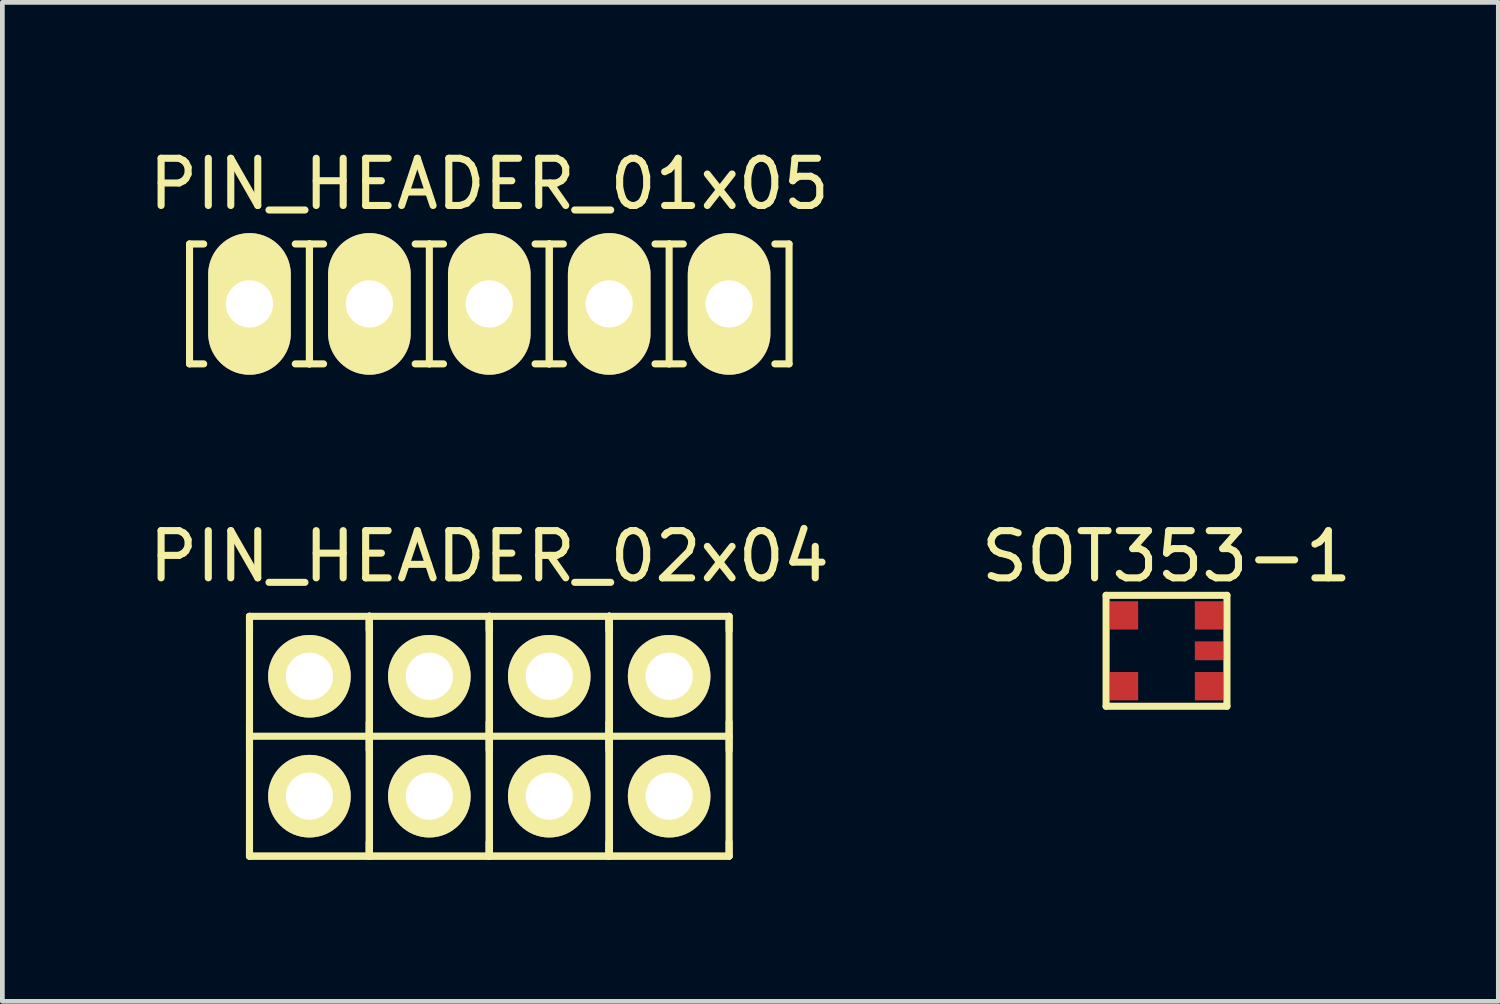
<source format=kicad_pcb>
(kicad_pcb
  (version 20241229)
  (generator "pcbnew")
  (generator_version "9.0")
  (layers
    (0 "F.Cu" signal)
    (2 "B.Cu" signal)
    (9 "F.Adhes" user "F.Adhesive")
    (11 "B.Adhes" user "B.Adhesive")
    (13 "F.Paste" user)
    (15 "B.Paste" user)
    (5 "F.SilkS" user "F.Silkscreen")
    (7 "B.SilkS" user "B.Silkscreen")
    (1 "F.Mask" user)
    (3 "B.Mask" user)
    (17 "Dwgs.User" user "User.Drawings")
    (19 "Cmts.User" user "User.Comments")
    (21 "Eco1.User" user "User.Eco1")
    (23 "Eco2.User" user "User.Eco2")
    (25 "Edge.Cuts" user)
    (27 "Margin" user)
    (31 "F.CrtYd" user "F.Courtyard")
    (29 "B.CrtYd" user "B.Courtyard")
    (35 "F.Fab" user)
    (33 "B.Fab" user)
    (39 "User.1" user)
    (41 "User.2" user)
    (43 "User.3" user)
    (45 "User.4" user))
  (footprint "PIN_HEADER_01x05"
    (layer "F.Cu")
    (at 7.315 3.388)
    (property "Reference" "PIN_HEADER_01x05" (at 0 -2.54 0) (layer "F.SilkS") (effects (font (size 1 1) (thickness 0.15))))
    (attr through_hole)
    (fp_line (start -6.35 -1.27) (end -6.35 1.27) (stroke (width 0.15) (type solid)) (layer "F.SilkS"))
    (fp_line (start -6.35 -1.27) (end -6.05 -1.27) (stroke (width 0.15) (type solid)) (layer "F.SilkS"))
    (fp_line (start -6.35 1.27) (end -6.05 1.27) (stroke (width 0.15) (type solid)) (layer "F.SilkS"))
    (fp_line (start -3.81 -1.27) (end -4.11 -1.27) (stroke (width 0.15) (type solid)) (layer "F.SilkS"))
    (fp_line (start -3.81 -1.27) (end -3.81 1.27) (stroke (width 0.15) (type solid)) (layer "F.SilkS"))
    (fp_line (start -3.81 -1.27) (end -3.51 -1.27) (stroke (width 0.15) (type solid)) (layer "F.SilkS"))
    (fp_line (start -3.81 1.27) (end -4.11 1.27) (stroke (width 0.15) (type solid)) (layer "F.SilkS"))
    (fp_line (start -3.81 1.27) (end -3.81 -1.27) (stroke (width 0.15) (type solid)) (layer "F.SilkS"))
    (fp_line (start -3.81 1.27) (end -3.51 1.27) (stroke (width 0.15) (type solid)) (layer "F.SilkS"))
    (fp_line (start -1.27 -1.27) (end -1.57 -1.27) (stroke (width 0.15) (type solid)) (layer "F.SilkS"))
    (fp_line (start -1.27 -1.27) (end -0.97 -1.27) (stroke (width 0.15) (type solid)) (layer "F.SilkS"))
    (fp_line (start -1.27 1.27) (end -1.57 1.27) (stroke (width 0.15) (type solid)) (layer "F.SilkS"))
    (fp_line (start -1.27 1.27) (end -1.27 -1.27) (stroke (width 0.15) (type solid)) (layer "F.SilkS"))
    (fp_line (start -1.27 1.27) (end -0.97 1.27) (stroke (width 0.15) (type solid)) (layer "F.SilkS"))
    (fp_line (start 1.27 -1.27) (end 0.97 -1.27) (stroke (width 0.15) (type solid)) (layer "F.SilkS"))
    (fp_line (start 1.27 -1.27) (end 1.27 1.27) (stroke (width 0.15) (type solid)) (layer "F.SilkS"))
    (fp_line (start 1.27 -1.27) (end 1.57 -1.27) (stroke (width 0.15) (type solid)) (layer "F.SilkS"))
    (fp_line (start 1.27 1.27) (end 0.97 1.27) (stroke (width 0.15) (type solid)) (layer "F.SilkS"))
    (fp_line (start 1.27 1.27) (end 1.27 -1.27) (stroke (width 0.15) (type solid)) (layer "F.SilkS"))
    (fp_line (start 1.27 1.27) (end 1.57 1.27) (stroke (width 0.15) (type solid)) (layer "F.SilkS"))
    (fp_line (start 3.81 -1.27) (end 3.51 -1.27) (stroke (width 0.15) (type solid)) (layer "F.SilkS"))
    (fp_line (start 3.81 -1.27) (end 4.11 -1.27) (stroke (width 0.15) (type solid)) (layer "F.SilkS"))
    (fp_line (start 3.81 1.27) (end 3.51 1.27) (stroke (width 0.15) (type solid)) (layer "F.SilkS"))
    (fp_line (start 3.81 1.27) (end 3.81 -1.27) (stroke (width 0.15) (type solid)) (layer "F.SilkS"))
    (fp_line (start 3.81 1.27) (end 4.11 1.27) (stroke (width 0.15) (type solid)) (layer "F.SilkS"))
    (fp_line (start 6.35 -1.27) (end 6.05 -1.27) (stroke (width 0.15) (type solid)) (layer "F.SilkS"))
    (fp_line (start 6.35 1.27) (end 6.05 1.27) (stroke (width 0.15) (type solid)) (layer "F.SilkS"))
    (fp_line (start 6.35 1.27) (end 6.35 -1.27) (stroke (width 0.15) (type solid)) (layer "F.SilkS"))
    (pad "1" thru_hole oval (at -5.08 0) (size 1.75 3) (drill 1) (layers "*.Cu" "*.Mask" "F.SilkS"))
    (pad "2" thru_hole oval (at -2.54 0) (size 1.75 3) (drill 1) (layers "*.Cu" "*.Mask" "F.SilkS"))
    (pad "3" thru_hole oval (at 0 0) (size 1.75 3) (drill 1) (layers "*.Cu" "*.Mask" "F.SilkS"))
    (pad "4" thru_hole oval (at 2.54 0) (size 1.75 3) (drill 1) (layers "*.Cu" "*.Mask" "F.SilkS"))
    (pad "5" thru_hole oval (at 5.08 0) (size 1.75 3) (drill 1) (layers "*.Cu" "*.Mask" "F.SilkS")))
  (footprint "SOT353-1"
    (layer "F.Cu")
    (at 21.661 10.736)
    (property "Reference" "SOT353-1" (at 0 -2 0) (layer "F.SilkS") (effects (font (size 1 1) (thickness 0.15))))
    (attr through_hole)
    (fp_line (start -1.28 -1.175) (end 1.28 -1.175) (stroke (width 0.15) (type solid)) (layer "F.SilkS"))
    (fp_line (start -1.28 1.175) (end -1.28 -1.175) (stroke (width 0.15) (type solid)) (layer "F.SilkS"))
    (fp_line (start -1.28 1.175) (end 1.28 1.175) (stroke (width 0.15) (type solid)) (layer "F.SilkS"))
    (fp_line (start 1.28 1.175) (end 1.28 -1.175) (stroke (width 0.15) (type solid)) (layer "F.SilkS"))
    (pad "1" smd rect (at 0.9 -0.75) (size 0.6 0.6) (layers "F.Cu" "F.Mask" "F.Paste"))
    (pad "2" smd rect (at -0.9 -0.75) (size 0.6 0.6) (layers "F.Cu" "F.Mask" "F.Paste"))
    (pad "3" smd rect (at -0.9 0.75) (size 0.6 0.6) (layers "F.Cu" "F.Mask" "F.Paste"))
    (pad "4" smd rect (at 0.9 0.75) (size 0.6 0.6) (layers "F.Cu" "F.Mask" "F.Paste"))
    (pad "5" smd rect (at 0.9 0) (size 0.6 0.4) (layers "F.Cu" "F.Mask" "F.Paste")))
  (footprint "PIN_HEADER_02x04"
    (layer "F.Cu")
    (at 7.315 12.546)
    (property "Reference" "PIN_HEADER_02x04" (at 0 -3.81 180) (layer "F.SilkS") (effects (font (size 1 1) (thickness 0.15))))
    (attr through_hole)
    (fp_line (start -5.08 -2.54) (end -5.08 -2.24) (stroke (width 0.15) (type solid)) (layer "F.SilkS"))
    (fp_line (start -5.08 -2.54) (end -5.08 2.54) (stroke (width 0.15) (type solid)) (layer "F.SilkS"))
    (fp_line (start -5.08 0) (end -5.08 -0.3) (stroke (width 0.15) (type solid)) (layer "F.SilkS"))
    (fp_line (start -5.08 0) (end -5.08 0.3) (stroke (width 0.15) (type solid)) (layer "F.SilkS"))
    (fp_line (start -5.08 2.54) (end -5.08 2.24) (stroke (width 0.15) (type solid)) (layer "F.SilkS"))
    (fp_line (start -5.08 2.54) (end -2.54 2.54) (stroke (width 0.15) (type solid)) (layer "F.SilkS"))
    (fp_line (start -5.08 2.54) (end -2.54 2.54) (stroke (width 0.15) (type solid)) (layer "F.SilkS"))
    (fp_line (start -2.54 -2.54) (end -5.08 -2.54) (stroke (width 0.15) (type solid)) (layer "F.SilkS"))
    (fp_line (start -2.54 -2.54) (end -2.54 -2.24) (stroke (width 0.15) (type solid)) (layer "F.SilkS"))
    (fp_line (start -2.54 -2.54) (end -2.54 -2.24) (stroke (width 0.15) (type solid)) (layer "F.SilkS"))
    (fp_line (start -2.54 -2.54) (end -2.54 -2.24) (stroke (width 0.15) (type solid)) (layer "F.SilkS"))
    (fp_line (start -2.54 -2.54) (end -2.54 2.54) (stroke (width 0.15) (type solid)) (layer "F.SilkS"))
    (fp_line (start -2.54 -2.54) (end -2.54 2.54) (stroke (width 0.15) (type solid)) (layer "F.SilkS"))
    (fp_line (start -2.54 0) (end -5.08 0) (stroke (width 0.15) (type solid)) (layer "F.SilkS"))
    (fp_line (start -2.54 0) (end -2.54 -0.3) (stroke (width 0.15) (type solid)) (layer "F.SilkS"))
    (fp_line (start -2.54 0) (end -2.54 -0.3) (stroke (width 0.15) (type solid)) (layer "F.SilkS"))
    (fp_line (start -2.54 0) (end -2.54 -0.3) (stroke (width 0.15) (type solid)) (layer "F.SilkS"))
    (fp_line (start -2.54 0) (end -2.54 0.3) (stroke (width 0.15) (type solid)) (layer "F.SilkS"))
    (fp_line (start -2.54 0) (end -2.54 0.3) (stroke (width 0.15) (type solid)) (layer "F.SilkS"))
    (fp_line (start -2.54 0) (end -2.54 0.3) (stroke (width 0.15) (type solid)) (layer "F.SilkS"))
    (fp_line (start -2.54 2.54) (end -2.54 -2.54) (stroke (width 0.15) (type solid)) (layer "F.SilkS"))
    (fp_line (start -2.54 2.54) (end -2.54 2.24) (stroke (width 0.15) (type solid)) (layer "F.SilkS"))
    (fp_line (start -2.54 2.54) (end -2.54 2.24) (stroke (width 0.15) (type solid)) (layer "F.SilkS"))
    (fp_line (start -2.54 2.54) (end -2.54 2.24) (stroke (width 0.15) (type solid)) (layer "F.SilkS"))
    (fp_line (start -2.54 2.54) (end 0 2.54) (stroke (width 0.15) (type solid)) (layer "F.SilkS"))
    (fp_line (start -2.54 2.54) (end 0 2.54) (stroke (width 0.15) (type solid)) (layer "F.SilkS"))
    (fp_line (start 0 -2.54) (end -2.54 -2.54) (stroke (width 0.15) (type solid)) (layer "F.SilkS"))
    (fp_line (start 0 -2.54) (end 0 -2.24) (stroke (width 0.15) (type solid)) (layer "F.SilkS"))
    (fp_line (start 0 -2.54) (end 0 -2.24) (stroke (width 0.15) (type solid)) (layer "F.SilkS"))
    (fp_line (start 0 -2.54) (end 0 2.54) (stroke (width 0.15) (type solid)) (layer "F.SilkS"))
    (fp_line (start 0 0) (end -2.54 0) (stroke (width 0.15) (type solid)) (layer "F.SilkS"))
    (fp_line (start 0 0) (end 0 -0.3) (stroke (width 0.15) (type solid)) (layer "F.SilkS"))
    (fp_line (start 0 0) (end 0 -0.3) (stroke (width 0.15) (type solid)) (layer "F.SilkS"))
    (fp_line (start 0 0) (end 0 0.3) (stroke (width 0.15) (type solid)) (layer "F.SilkS"))
    (fp_line (start 0 0) (end 0 0.3) (stroke (width 0.15) (type solid)) (layer "F.SilkS"))
    (fp_line (start 0 2.54) (end 0 -2.54) (stroke (width 0.15) (type solid)) (layer "F.SilkS"))
    (fp_line (start 0 2.54) (end 0 2.24) (stroke (width 0.15) (type solid)) (layer "F.SilkS"))
    (fp_line (start 0 2.54) (end 0 2.24) (stroke (width 0.15) (type solid)) (layer "F.SilkS"))
    (fp_line (start 0 2.54) (end 2.54 2.54) (stroke (width 0.15) (type solid)) (layer "F.SilkS"))
    (fp_line (start 0 2.54) (end 2.54 2.54) (stroke (width 0.15) (type solid)) (layer "F.SilkS"))
    (fp_line (start 2.54 -2.54) (end 0 -2.54) (stroke (width 0.15) (type solid)) (layer "F.SilkS"))
    (fp_line (start 2.54 -2.54) (end 2.54 -2.24) (stroke (width 0.15) (type solid)) (layer "F.SilkS"))
    (fp_line (start 2.54 -2.54) (end 2.54 -2.24) (stroke (width 0.15) (type solid)) (layer "F.SilkS"))
    (fp_line (start 2.54 -2.54) (end 2.54 -2.24) (stroke (width 0.15) (type solid)) (layer "F.SilkS"))
    (fp_line (start 2.54 -2.54) (end 2.54 2.54) (stroke (width 0.15) (type solid)) (layer "F.SilkS"))
    (fp_line (start 2.54 0) (end 0 0) (stroke (width 0.15) (type solid)) (layer "F.SilkS"))
    (fp_line (start 2.54 0) (end 2.54 -0.3) (stroke (width 0.15) (type solid)) (layer "F.SilkS"))
    (fp_line (start 2.54 0) (end 2.54 -0.3) (stroke (width 0.15) (type solid)) (layer "F.SilkS"))
    (fp_line (start 2.54 0) (end 2.54 -0.3) (stroke (width 0.15) (type solid)) (layer "F.SilkS"))
    (fp_line (start 2.54 0) (end 2.54 0.3) (stroke (width 0.15) (type solid)) (layer "F.SilkS"))
    (fp_line (start 2.54 0) (end 2.54 0.3) (stroke (width 0.15) (type solid)) (layer "F.SilkS"))
    (fp_line (start 2.54 0) (end 2.54 0.3) (stroke (width 0.15) (type solid)) (layer "F.SilkS"))
    (fp_line (start 2.54 2.54) (end 2.54 -2.54) (stroke (width 0.15) (type solid)) (layer "F.SilkS"))
    (fp_line (start 2.54 2.54) (end 2.54 -2.54) (stroke (width 0.15) (type solid)) (layer "F.SilkS"))
    (fp_line (start 2.54 2.54) (end 2.54 2.24) (stroke (width 0.15) (type solid)) (layer "F.SilkS"))
    (fp_line (start 2.54 2.54) (end 2.54 2.24) (stroke (width 0.15) (type solid)) (layer "F.SilkS"))
    (fp_line (start 2.54 2.54) (end 2.54 2.24) (stroke (width 0.15) (type solid)) (layer "F.SilkS"))
    (fp_line (start 2.54 2.54) (end 5.08 2.54) (stroke (width 0.15) (type solid)) (layer "F.SilkS"))
    (fp_line (start 2.54 2.54) (end 5.08 2.54) (stroke (width 0.15) (type solid)) (layer "F.SilkS"))
    (fp_line (start 5.08 -2.54) (end 2.54 -2.54) (stroke (width 0.15) (type solid)) (layer "F.SilkS"))
    (fp_line (start 5.08 -2.54) (end 5.08 -2.24) (stroke (width 0.15) (type solid)) (layer "F.SilkS"))
    (fp_line (start 5.08 0) (end 2.54 0) (stroke (width 0.15) (type solid)) (layer "F.SilkS"))
    (fp_line (start 5.08 0) (end 5.08 -0.3) (stroke (width 0.15) (type solid)) (layer "F.SilkS"))
    (fp_line (start 5.08 0) (end 5.08 0.3) (stroke (width 0.15) (type solid)) (layer "F.SilkS"))
    (fp_line (start 5.08 2.54) (end 5.08 -2.54) (stroke (width 0.15) (type solid)) (layer "F.SilkS"))
    (fp_line (start 5.08 2.54) (end 5.08 2.24) (stroke (width 0.15) (type solid)) (layer "F.SilkS"))
    (pad "1" thru_hole circle (at -3.81 1.27 90) (size 1.75 1.75) (drill 1) (layers "*.Cu" "*.Mask" "F.SilkS"))
    (pad "2" thru_hole circle (at -3.81 -1.27 90) (size 1.75 1.75) (drill 1) (layers "*.Cu" "*.Mask" "F.SilkS"))
    (pad "3" thru_hole circle (at -1.27 1.27 90) (size 1.75 1.75) (drill 1) (layers "*.Cu" "*.Mask" "F.SilkS"))
    (pad "4" thru_hole circle (at -1.27 -1.27 90) (size 1.75 1.75) (drill 1) (layers "*.Cu" "*.Mask" "F.SilkS"))
    (pad "5" thru_hole circle (at 1.27 1.27 90) (size 1.75 1.75) (drill 1) (layers "*.Cu" "*.Mask" "F.SilkS"))
    (pad "6" thru_hole circle (at 1.27 -1.27 90) (size 1.75 1.75) (drill 1) (layers "*.Cu" "*.Mask" "F.SilkS"))
    (pad "7" thru_hole circle (at 3.81 1.27 90) (size 1.75 1.75) (drill 1) (layers "*.Cu" "*.Mask" "F.SilkS"))
    (pad "8" thru_hole circle (at 3.81 -1.27 90) (size 1.75 1.75) (drill 1) (layers "*.Cu" "*.Mask" "F.SilkS")))
  (gr_rect
    (start -3 -3)
    (end 28.69 18.162)
    (stroke (width 0.1) (type default))
    (fill no)
    (layer "Edge.Cuts")))
</source>
